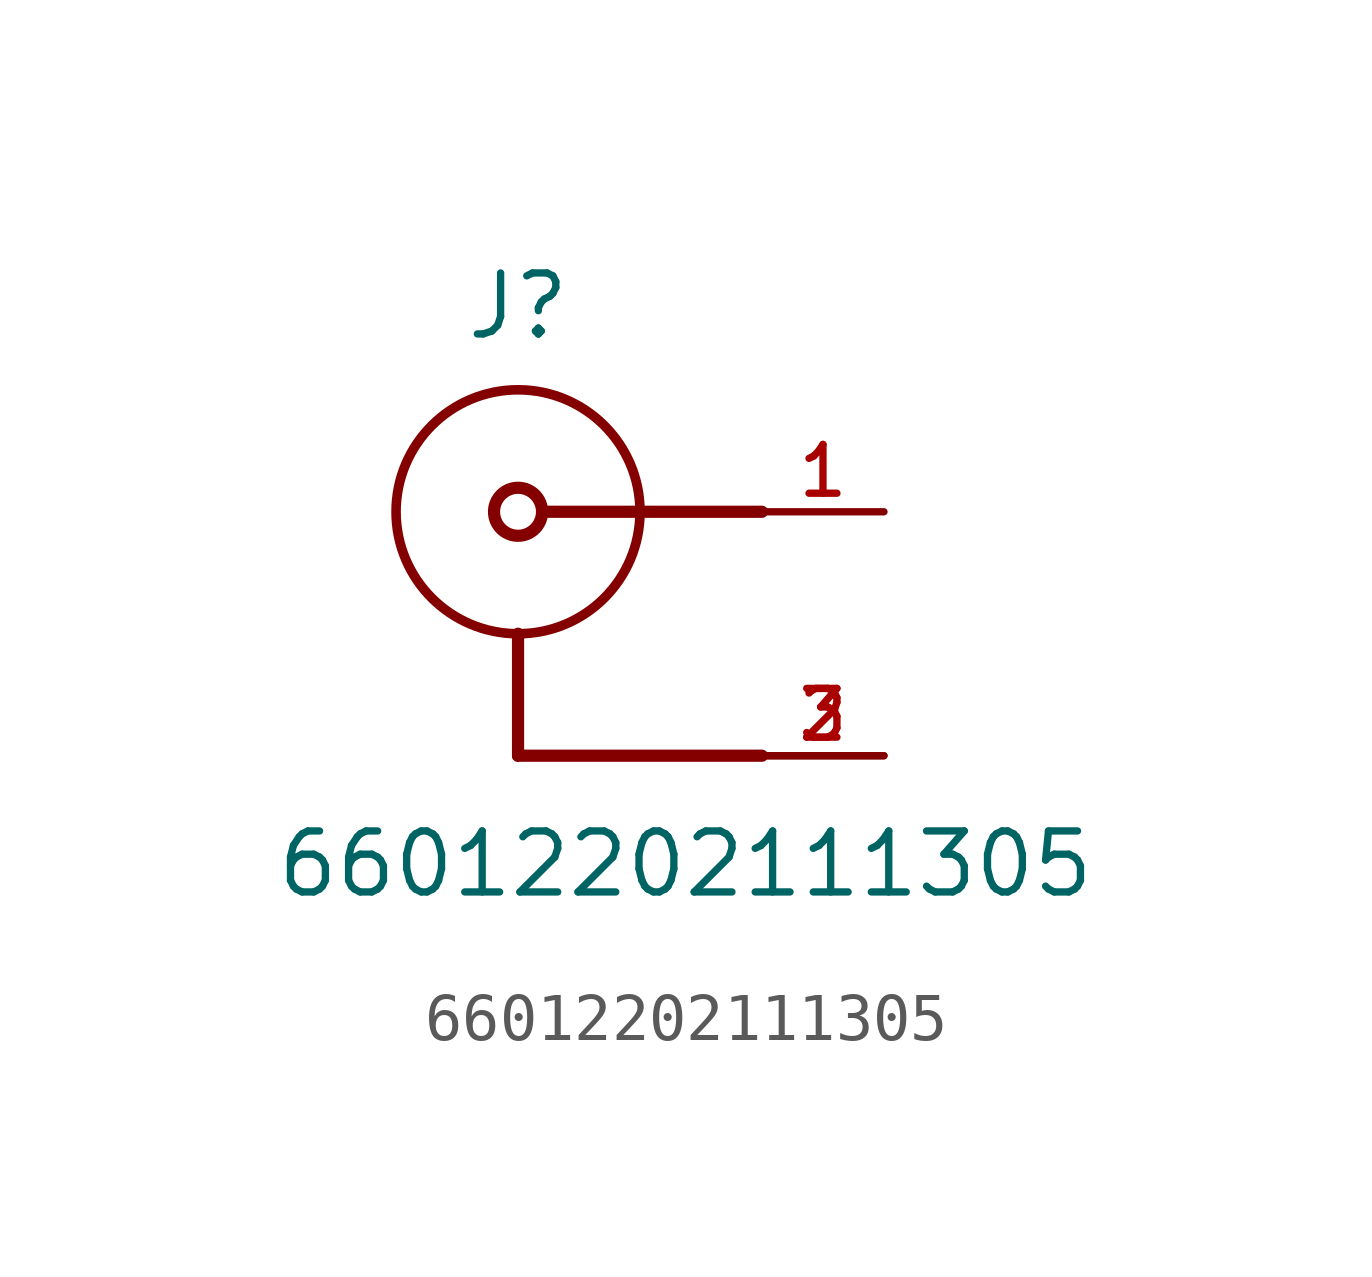
<source format=kicad_sym>
(kicad_symbol_lib
  (version 20211014)
  (generator kicad_symbol_editor)
  (symbol "66012202111305"
    (pin_names
      (offset 1.016))
    (property "Reference" "J"
      (at 0.0 3.54 0)
      (effects (font (size 1.27 1.27)) (justify bottom)))
    (property "Value" "66012202111305"
      (at -5.08 -8.08 0)
      (effects (font (size 1.27 1.27)) (justify bottom left)))
    (symbol "66012202111305_0_0"
      (circle (center 0.0 0.0) (radius 2.54) (stroke (width 0.2)) (fill (type none)))
      (circle (center 0.0 0.0) (radius 0.5) (stroke (width 0.254)) (fill (type none)))
      (polyline (pts (xy 0.0 -2.54) (xy 0.0 -5.08)) (stroke (width 0.254)))
      (polyline (pts (xy 0.0 -5.08) (xy 5.08 -5.08)) (stroke (width 0.254)))
      (polyline (pts (xy 5.08 0.0) (xy 0.54 0.0)) (stroke (width 0.254)))
      (pin passive line (at 7.62 0.0 180.0) (length 2.54) (name "~" (effects (font (size 1.016 1.016)))) (number "1" (effects (font (size 1.016 1.016)))))
      (pin passive line (at 7.62 -5.08 180.0) (length 2.54) (name "~" (effects (font (size 1.016 1.016)))) (number "2" (effects (font (size 1.016 1.016)))))
      (pin passive line (at 7.62 -5.08 180.0) (length 2.54) (name "~" (effects (font (size 1.016 1.016)))) (number "3" (effects (font (size 1.016 1.016))))))))
</source>
